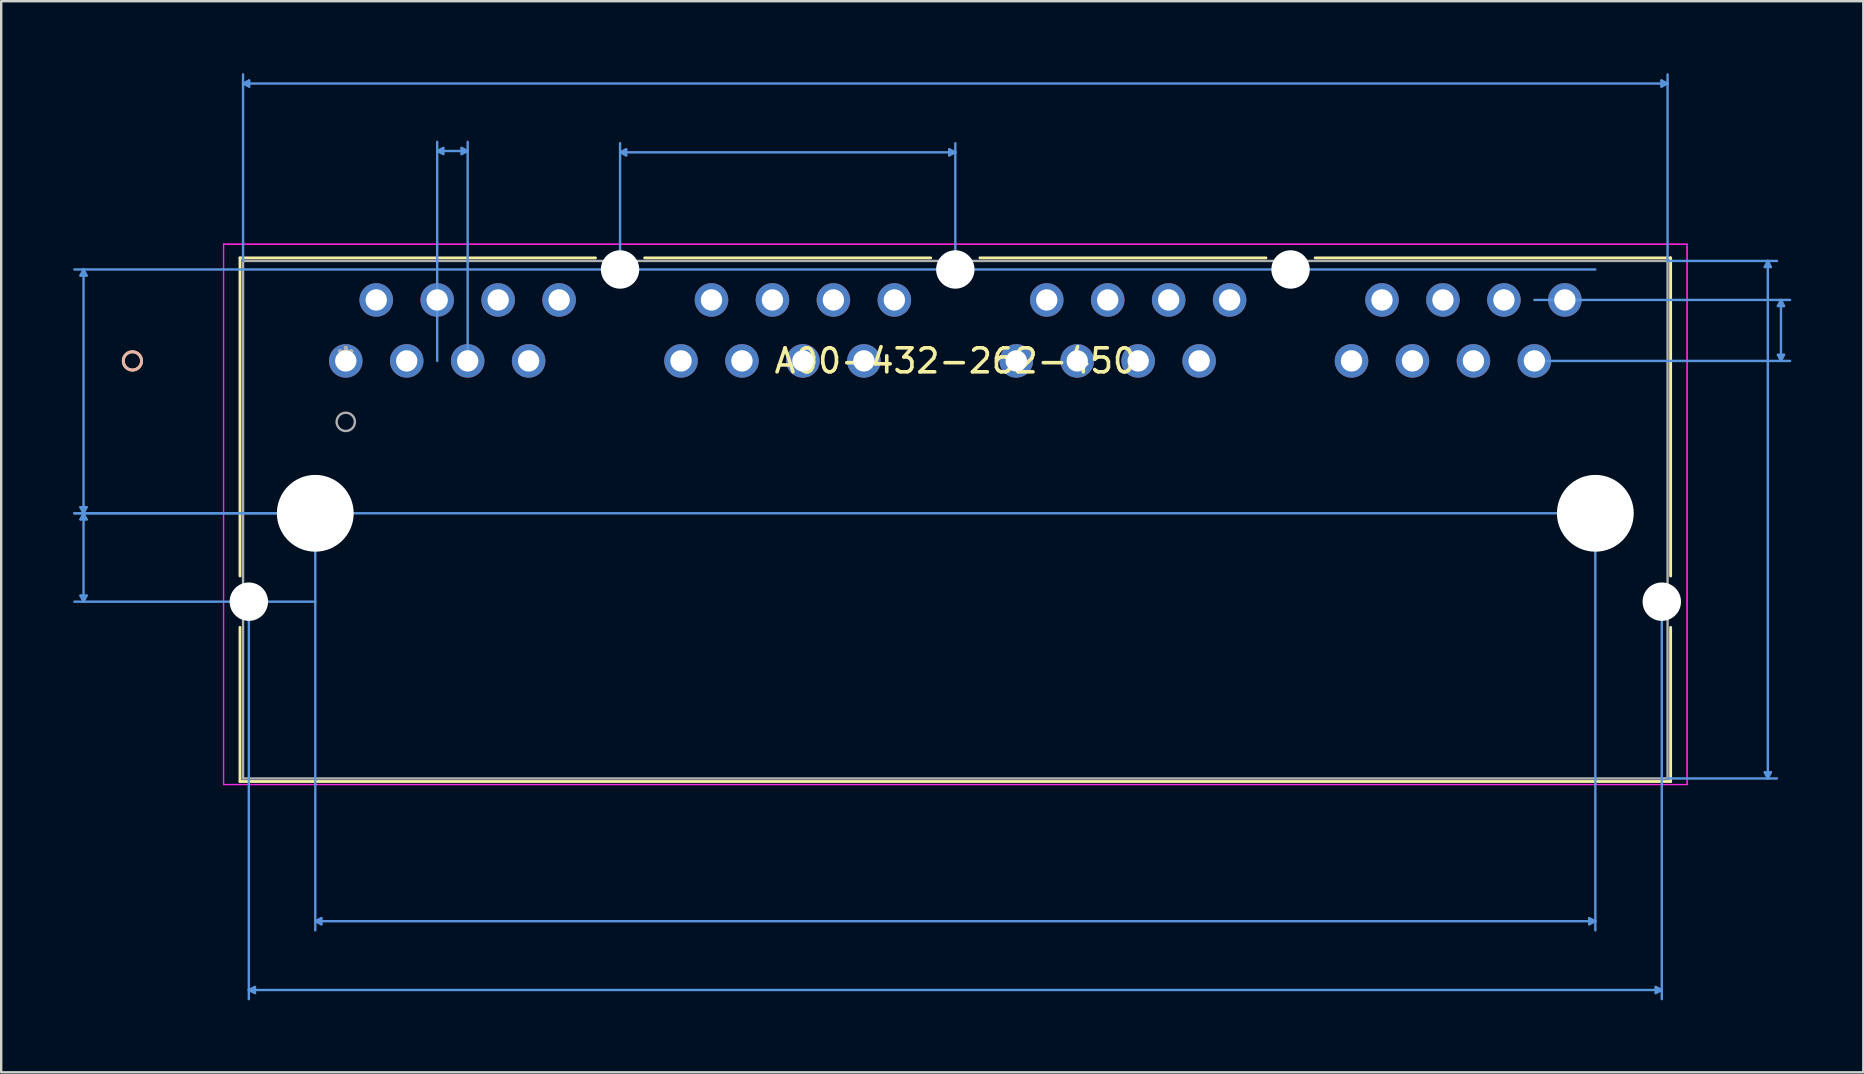
<source format=kicad_pcb>
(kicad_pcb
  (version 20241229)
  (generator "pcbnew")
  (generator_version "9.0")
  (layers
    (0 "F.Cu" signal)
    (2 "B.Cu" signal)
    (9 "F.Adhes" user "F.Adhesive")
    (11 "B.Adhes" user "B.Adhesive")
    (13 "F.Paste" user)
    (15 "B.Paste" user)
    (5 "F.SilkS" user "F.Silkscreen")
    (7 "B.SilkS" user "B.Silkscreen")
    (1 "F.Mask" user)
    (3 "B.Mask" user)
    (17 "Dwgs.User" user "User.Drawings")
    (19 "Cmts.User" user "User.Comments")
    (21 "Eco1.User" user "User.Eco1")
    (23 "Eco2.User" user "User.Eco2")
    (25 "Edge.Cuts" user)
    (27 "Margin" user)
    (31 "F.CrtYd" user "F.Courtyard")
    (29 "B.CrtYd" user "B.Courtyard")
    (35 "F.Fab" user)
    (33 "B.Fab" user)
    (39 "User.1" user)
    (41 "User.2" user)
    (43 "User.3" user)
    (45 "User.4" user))
  (footprint "A00-432-262-450"
    (layer "F.Cu")
    (at 11.358 11.989)
    (property "Reference" "A00-432-262-450" (at 25.4 0 0) (layer "F.SilkS") (effects (font (size 1 1) (thickness 0.15))))
    (attr through_hole)
    (fp_line (start -4.407 -4.293) (end -4.407 8.962) (stroke (width 0.12) (type solid)) (layer "F.SilkS"))
    (fp_line (start -4.407 11.104) (end -4.407 17.526) (stroke (width 0.12) (type solid)) (layer "F.SilkS"))
    (fp_line (start -4.407 17.526) (end 55.207 17.526) (stroke (width 0.12) (type solid)) (layer "F.SilkS"))
    (fp_line (start 10.405 -4.293) (end -4.407 -4.293) (stroke (width 0.12) (type solid)) (layer "F.SilkS"))
    (fp_line (start 24.375 -4.293) (end 12.455 -4.293) (stroke (width 0.12) (type solid)) (layer "F.SilkS"))
    (fp_line (start 38.345 -4.293) (end 26.425 -4.293) (stroke (width 0.12) (type solid)) (layer "F.SilkS"))
    (fp_line (start 55.207 -4.293) (end 40.395 -4.293) (stroke (width 0.12) (type solid)) (layer "F.SilkS"))
    (fp_line (start 55.207 8.962) (end 55.207 -4.293) (stroke (width 0.12) (type solid)) (layer "F.SilkS"))
    (fp_line (start 55.207 17.526) (end 55.207 11.104) (stroke (width 0.12) (type solid)) (layer "F.SilkS"))
    (fp_circle (center -8.89 0) (end -8.509 0) (stroke (width 0.12) (type solid)) (fill no) (layer "F.SilkS"))
    (fp_circle (center -8.89 0) (end -8.509 0) (stroke (width 0.12) (type solid)) (fill no) (layer "B.SilkS"))
    (fp_line (start -11.054 6.096) (end -10.927 6.35) (stroke (width 0.1) (type solid)) (layer "Cmts.User"))
    (fp_line (start -11.054 9.779) (end -10.927 10.033) (stroke (width 0.1) (type solid)) (layer "Cmts.User"))
    (fp_line (start -11.054 -3.556) (end -10.927 -3.81) (stroke (width 0.1) (type solid)) (layer "Cmts.User"))
    (fp_line (start -11.054 -3.556) (end -10.8 -3.556) (stroke (width 0.1) (type solid)) (layer "Cmts.User"))
    (fp_line (start -11.054 6.604) (end -10.927 6.35) (stroke (width 0.1) (type solid)) (layer "Cmts.User"))
    (fp_line (start -11.054 6.604) (end -10.8 6.604) (stroke (width 0.1) (type solid)) (layer "Cmts.User"))
    (fp_line (start -10.927 6.35) (end -10.927 -3.81) (stroke (width 0.1) (type solid)) (layer "Cmts.User"))
    (fp_line (start -10.927 10.033) (end -10.927 6.35) (stroke (width 0.1) (type solid)) (layer "Cmts.User"))
    (fp_line (start -10.8 6.096) (end -11.054 6.096) (stroke (width 0.1) (type solid)) (layer "Cmts.User"))
    (fp_line (start -10.8 6.096) (end -10.927 6.35) (stroke (width 0.1) (type solid)) (layer "Cmts.User"))
    (fp_line (start -10.8 9.779) (end -11.054 9.779) (stroke (width 0.1) (type solid)) (layer "Cmts.User"))
    (fp_line (start -10.8 9.779) (end -10.927 10.033) (stroke (width 0.1) (type solid)) (layer "Cmts.User"))
    (fp_line (start -10.8 -3.556) (end -10.927 -3.81) (stroke (width 0.1) (type solid)) (layer "Cmts.User"))
    (fp_line (start -10.8 6.604) (end -10.927 6.35) (stroke (width 0.1) (type solid)) (layer "Cmts.User"))
    (fp_line (start -4.28 -11.558) (end 55.08 -11.558) (stroke (width 0.1) (type solid)) (layer "Cmts.User"))
    (fp_line (start -4.28 -4.166) (end -4.28 -11.939) (stroke (width 0.1) (type solid)) (layer "Cmts.User"))
    (fp_line (start -4.039 26.215) (end 54.839 26.215) (stroke (width 0.1) (type solid)) (layer "Cmts.User"))
    (fp_line (start -4.039 10.033) (end -4.039 26.596) (stroke (width 0.1) (type solid)) (layer "Cmts.User"))
    (fp_line (start -4.026 -11.431) (end -4.28 -11.558) (stroke (width 0.1) (type solid)) (layer "Cmts.User"))
    (fp_line (start -4.026 -11.431) (end -4.026 -11.685) (stroke (width 0.1) (type solid)) (layer "Cmts.User"))
    (fp_line (start -4.026 -11.685) (end -4.28 -11.558) (stroke (width 0.1) (type solid)) (layer "Cmts.User"))
    (fp_line (start -3.785 26.088) (end -4.039 26.215) (stroke (width 0.1) (type solid)) (layer "Cmts.User"))
    (fp_line (start -3.785 26.342) (end -4.039 26.215) (stroke (width 0.1) (type solid)) (layer "Cmts.User"))
    (fp_line (start -3.785 26.342) (end -3.785 26.088) (stroke (width 0.1) (type solid)) (layer "Cmts.User"))
    (fp_line (start -1.27 23.348) (end 52.07 23.348) (stroke (width 0.1) (type solid)) (layer "Cmts.User"))
    (fp_line (start -1.27 6.35) (end -11.308 6.35) (stroke (width 0.1) (type solid)) (layer "Cmts.User"))
    (fp_line (start -1.27 6.35) (end -1.27 23.729) (stroke (width 0.1) (type solid)) (layer "Cmts.User"))
    (fp_line (start -1.27 10.033) (end -11.308 10.033) (stroke (width 0.1) (type solid)) (layer "Cmts.User"))
    (fp_line (start -1.016 23.221) (end -1.27 23.348) (stroke (width 0.1) (type solid)) (layer "Cmts.User"))
    (fp_line (start -1.016 23.475) (end -1.27 23.348) (stroke (width 0.1) (type solid)) (layer "Cmts.User"))
    (fp_line (start -1.016 23.475) (end -1.016 23.221) (stroke (width 0.1) (type solid)) (layer "Cmts.User"))
    (fp_line (start 3.81 -8.747) (end 5.08 -8.747) (stroke (width 0.1) (type solid)) (layer "Cmts.User"))
    (fp_line (start 3.81 0) (end 3.81 -9.128) (stroke (width 0.1) (type solid)) (layer "Cmts.User"))
    (fp_line (start 4.064 -8.62) (end 3.81 -8.747) (stroke (width 0.1) (type solid)) (layer "Cmts.User"))
    (fp_line (start 4.064 -8.62) (end 4.064 -8.874) (stroke (width 0.1) (type solid)) (layer "Cmts.User"))
    (fp_line (start 4.064 -8.874) (end 3.81 -8.747) (stroke (width 0.1) (type solid)) (layer "Cmts.User"))
    (fp_line (start 4.826 -8.874) (end 4.826 -8.62) (stroke (width 0.1) (type solid)) (layer "Cmts.User"))
    (fp_line (start 4.826 -8.874) (end 5.08 -8.747) (stroke (width 0.1) (type solid)) (layer "Cmts.User"))
    (fp_line (start 4.826 -8.62) (end 5.08 -8.747) (stroke (width 0.1) (type solid)) (layer "Cmts.User"))
    (fp_line (start 5.08 0) (end 5.08 -9.128) (stroke (width 0.1) (type solid)) (layer "Cmts.User"))
    (fp_line (start 11.43 -8.691) (end 25.4 -8.691) (stroke (width 0.1) (type solid)) (layer "Cmts.User"))
    (fp_line (start 11.43 -3.81) (end 11.43 -9.072) (stroke (width 0.1) (type solid)) (layer "Cmts.User"))
    (fp_line (start 11.684 -8.564) (end 11.43 -8.691) (stroke (width 0.1) (type solid)) (layer "Cmts.User"))
    (fp_line (start 11.684 -8.564) (end 11.684 -8.818) (stroke (width 0.1) (type solid)) (layer "Cmts.User"))
    (fp_line (start 11.684 -8.818) (end 11.43 -8.691) (stroke (width 0.1) (type solid)) (layer "Cmts.User"))
    (fp_line (start 25.146 -8.564) (end 25.4 -8.691) (stroke (width 0.1) (type solid)) (layer "Cmts.User"))
    (fp_line (start 25.146 -8.818) (end 25.146 -8.564) (stroke (width 0.1) (type solid)) (layer "Cmts.User"))
    (fp_line (start 25.146 -8.818) (end 25.4 -8.691) (stroke (width 0.1) (type solid)) (layer "Cmts.User"))
    (fp_line (start 25.4 -3.81) (end 25.4 -9.072) (stroke (width 0.1) (type solid)) (layer "Cmts.User"))
    (fp_line (start 49.53 -2.54) (end 60.186 -2.54) (stroke (width 0.1) (type solid)) (layer "Cmts.User"))
    (fp_line (start 49.53 0) (end 60.186 0) (stroke (width 0.1) (type solid)) (layer "Cmts.User"))
    (fp_line (start 51.816 23.221) (end 51.816 23.475) (stroke (width 0.1) (type solid)) (layer "Cmts.User"))
    (fp_line (start 51.816 23.221) (end 52.07 23.348) (stroke (width 0.1) (type solid)) (layer "Cmts.User"))
    (fp_line (start 51.816 23.475) (end 52.07 23.348) (stroke (width 0.1) (type solid)) (layer "Cmts.User"))
    (fp_line (start 52.07 -3.81) (end -11.308 -3.81) (stroke (width 0.1) (type solid)) (layer "Cmts.User"))
    (fp_line (start 52.07 6.35) (end -11.308 6.35) (stroke (width 0.1) (type solid)) (layer "Cmts.User"))
    (fp_line (start 52.07 6.35) (end 52.07 23.729) (stroke (width 0.1) (type solid)) (layer "Cmts.User"))
    (fp_line (start 54.585 26.088) (end 54.585 26.342) (stroke (width 0.1) (type solid)) (layer "Cmts.User"))
    (fp_line (start 54.585 26.088) (end 54.839 26.215) (stroke (width 0.1) (type solid)) (layer "Cmts.User"))
    (fp_line (start 54.585 26.342) (end 54.839 26.215) (stroke (width 0.1) (type solid)) (layer "Cmts.User"))
    (fp_line (start 54.826 -11.685) (end 54.826 -11.431) (stroke (width 0.1) (type solid)) (layer "Cmts.User"))
    (fp_line (start 54.826 -11.685) (end 55.08 -11.558) (stroke (width 0.1) (type solid)) (layer "Cmts.User"))
    (fp_line (start 54.826 -11.431) (end 55.08 -11.558) (stroke (width 0.1) (type solid)) (layer "Cmts.User"))
    (fp_line (start 54.839 10.033) (end 54.839 26.596) (stroke (width 0.1) (type solid)) (layer "Cmts.User"))
    (fp_line (start 55.08 -4.166) (end 55.08 -11.939) (stroke (width 0.1) (type solid)) (layer "Cmts.User"))
    (fp_line (start 55.08 -4.166) (end 59.638 -4.166) (stroke (width 0.1) (type solid)) (layer "Cmts.User"))
    (fp_line (start 55.08 17.399) (end 59.638 17.399) (stroke (width 0.1) (type solid)) (layer "Cmts.User"))
    (fp_line (start 59.13 17.145) (end 59.257 17.399) (stroke (width 0.1) (type solid)) (layer "Cmts.User"))
    (fp_line (start 59.13 -3.912) (end 59.257 -4.166) (stroke (width 0.1) (type solid)) (layer "Cmts.User"))
    (fp_line (start 59.13 -3.912) (end 59.384 -3.912) (stroke (width 0.1) (type solid)) (layer "Cmts.User"))
    (fp_line (start 59.257 17.399) (end 59.257 -4.166) (stroke (width 0.1) (type solid)) (layer "Cmts.User"))
    (fp_line (start 59.384 17.145) (end 59.13 17.145) (stroke (width 0.1) (type solid)) (layer "Cmts.User"))
    (fp_line (start 59.384 17.145) (end 59.257 17.399) (stroke (width 0.1) (type solid)) (layer "Cmts.User"))
    (fp_line (start 59.384 -3.912) (end 59.257 -4.166) (stroke (width 0.1) (type solid)) (layer "Cmts.User"))
    (fp_line (start 59.678 -0.254) (end 59.805 0) (stroke (width 0.1) (type solid)) (layer "Cmts.User"))
    (fp_line (start 59.678 -2.286) (end 59.805 -2.54) (stroke (width 0.1) (type solid)) (layer "Cmts.User"))
    (fp_line (start 59.678 -2.286) (end 59.932 -2.286) (stroke (width 0.1) (type solid)) (layer "Cmts.User"))
    (fp_line (start 59.805 -2.54) (end 59.805 0) (stroke (width 0.1) (type solid)) (layer "Cmts.User"))
    (fp_line (start 59.932 -0.254) (end 59.678 -0.254) (stroke (width 0.1) (type solid)) (layer "Cmts.User"))
    (fp_line (start 59.932 -0.254) (end 59.805 0) (stroke (width 0.1) (type solid)) (layer "Cmts.User"))
    (fp_line (start 59.932 -2.286) (end 59.805 -2.54) (stroke (width 0.1) (type solid)) (layer "Cmts.User"))
    (fp_line (start -5.093 -4.864) (end -5.093 17.653) (stroke (width 0.05) (type solid)) (layer "F.CrtYd"))
    (fp_line (start -5.093 -4.864) (end -5.093 17.653) (stroke (width 0.05) (type solid)) (layer "F.CrtYd"))
    (fp_line (start -5.093 17.653) (end 55.893 17.653) (stroke (width 0.05) (type solid)) (layer "F.CrtYd"))
    (fp_line (start -5.093 17.653) (end 55.893 17.653) (stroke (width 0.05) (type solid)) (layer "F.CrtYd"))
    (fp_line (start 55.893 -4.864) (end -5.093 -4.864) (stroke (width 0.05) (type solid)) (layer "F.CrtYd"))
    (fp_line (start 55.893 -4.864) (end -5.093 -4.864) (stroke (width 0.05) (type solid)) (layer "F.CrtYd"))
    (fp_line (start 55.893 17.653) (end 55.893 -4.864) (stroke (width 0.05) (type solid)) (layer "F.CrtYd"))
    (fp_line (start 55.893 17.653) (end 55.893 -4.864) (stroke (width 0.05) (type solid)) (layer "F.CrtYd"))
    (fp_line (start -4.28 -4.166) (end -4.28 17.399) (stroke (width 0.1) (type solid)) (layer "F.Fab"))
    (fp_line (start -4.28 17.399) (end 55.08 17.399) (stroke (width 0.1) (type solid)) (layer "F.Fab"))
    (fp_line (start 55.08 -4.166) (end -4.28 -4.166) (stroke (width 0.1) (type solid)) (layer "F.Fab"))
    (fp_line (start 55.08 17.399) (end 55.08 -4.166) (stroke (width 0.1) (type solid)) (layer "F.Fab"))
    (fp_circle (center 0 2.54) (end 0.381 2.54) (stroke (width 0.1) (type solid)) (fill no) (layer "F.Fab"))
    (fp_text user "*" (at 0 0 0) (layer "F.SilkS") (effects (font (size 1 1) (thickness 0.15))))
    (fp_text user "Copyright 2021 Accelerated Designs. All rights reserved." (at 0 0 0) (layer "Cmts.User") (effects (font (size 0.127 0.127) (thickness 0.002))))
    (fp_text user "*" (at 0 0 0) (layer "F.Fab") (effects (font (size 1 1) (thickness 0.15))))
    (pad "" np_thru_hole circle (at -4.039 10.033 90) (size 1.6 1.6) (drill 1.6) (layers "*.Cu" "*.Mask"))
    (pad "" np_thru_hole circle (at -1.27 6.35 90) (size 3.2 3.2) (drill 3.2) (layers "*.Cu" "*.Mask"))
    (pad "" np_thru_hole circle (at 11.43 -3.81 90) (size 1.6 1.6) (drill 1.6) (layers "*.Cu" "*.Mask"))
    (pad "" np_thru_hole circle (at 25.4 -3.81 90) (size 1.6 1.6) (drill 1.6) (layers "*.Cu" "*.Mask"))
    (pad "" np_thru_hole circle (at 39.37 -3.81 90) (size 1.6 1.6) (drill 1.6) (layers "*.Cu" "*.Mask"))
    (pad "" np_thru_hole circle (at 52.07 6.35 90) (size 3.2 3.2) (drill 3.2) (layers "*.Cu" "*.Mask"))
    (pad "" np_thru_hole circle (at 54.839 10.033 90) (size 1.6 1.6) (drill 1.6) (layers "*.Cu" "*.Mask"))
    (pad "A1" thru_hole circle (at 0 0) (size 1.397 1.397) (drill 0.889) (layers "*.Cu" "*.Mask"))
    (pad "A2" thru_hole circle (at 1.27 -2.54) (size 1.397 1.397) (drill 0.889) (layers "*.Cu" "*.Mask"))
    (pad "A3" thru_hole circle (at 2.54 0) (size 1.397 1.397) (drill 0.889) (layers "*.Cu" "*.Mask"))
    (pad "A4" thru_hole circle (at 3.81 -2.54) (size 1.397 1.397) (drill 0.889) (layers "*.Cu" "*.Mask"))
    (pad "A5" thru_hole circle (at 5.08 0) (size 1.397 1.397) (drill 0.889) (layers "*.Cu" "*.Mask"))
    (pad "A6" thru_hole circle (at 6.35 -2.54) (size 1.397 1.397) (drill 0.889) (layers "*.Cu" "*.Mask"))
    (pad "A7" thru_hole circle (at 7.62 0) (size 1.397 1.397) (drill 0.889) (layers "*.Cu" "*.Mask"))
    (pad "A8" thru_hole circle (at 8.89 -2.54) (size 1.397 1.397) (drill 0.889) (layers "*.Cu" "*.Mask"))
    (pad "B1" thru_hole circle (at 13.97 0) (size 1.397 1.397) (drill 0.889) (layers "*.Cu" "*.Mask"))
    (pad "B2" thru_hole circle (at 15.24 -2.54) (size 1.397 1.397) (drill 0.889) (layers "*.Cu" "*.Mask"))
    (pad "B3" thru_hole circle (at 16.51 0) (size 1.397 1.397) (drill 0.889) (layers "*.Cu" "*.Mask"))
    (pad "B4" thru_hole circle (at 17.78 -2.54) (size 1.397 1.397) (drill 0.889) (layers "*.Cu" "*.Mask"))
    (pad "B5" thru_hole circle (at 19.05 0) (size 1.397 1.397) (drill 0.889) (layers "*.Cu" "*.Mask"))
    (pad "B6" thru_hole circle (at 20.32 -2.54) (size 1.397 1.397) (drill 0.889) (layers "*.Cu" "*.Mask"))
    (pad "B7" thru_hole circle (at 21.59 0) (size 1.397 1.397) (drill 0.889) (layers "*.Cu" "*.Mask"))
    (pad "B8" thru_hole circle (at 22.86 -2.54) (size 1.397 1.397) (drill 0.889) (layers "*.Cu" "*.Mask"))
    (pad "C1" thru_hole circle (at 27.94 0) (size 1.397 1.397) (drill 0.889) (layers "*.Cu" "*.Mask"))
    (pad "C2" thru_hole circle (at 29.21 -2.54) (size 1.397 1.397) (drill 0.889) (layers "*.Cu" "*.Mask"))
    (pad "C3" thru_hole circle (at 30.48 0) (size 1.397 1.397) (drill 0.889) (layers "*.Cu" "*.Mask"))
    (pad "C4" thru_hole circle (at 31.75 -2.54) (size 1.397 1.397) (drill 0.889) (layers "*.Cu" "*.Mask"))
    (pad "C5" thru_hole circle (at 33.02 0) (size 1.397 1.397) (drill 0.889) (layers "*.Cu" "*.Mask"))
    (pad "C6" thru_hole circle (at 34.29 -2.54) (size 1.397 1.397) (drill 0.889) (layers "*.Cu" "*.Mask"))
    (pad "C7" thru_hole circle (at 35.56 0) (size 1.397 1.397) (drill 0.889) (layers "*.Cu" "*.Mask"))
    (pad "C8" thru_hole circle (at 36.83 -2.54) (size 1.397 1.397) (drill 0.889) (layers "*.Cu" "*.Mask"))
    (pad "D1" thru_hole circle (at 41.91 0) (size 1.397 1.397) (drill 0.889) (layers "*.Cu" "*.Mask"))
    (pad "D2" thru_hole circle (at 43.18 -2.54) (size 1.397 1.397) (drill 0.889) (layers "*.Cu" "*.Mask"))
    (pad "D3" thru_hole circle (at 44.45 0) (size 1.397 1.397) (drill 0.889) (layers "*.Cu" "*.Mask"))
    (pad "D4" thru_hole circle (at 45.72 -2.54) (size 1.397 1.397) (drill 0.889) (layers "*.Cu" "*.Mask"))
    (pad "D5" thru_hole circle (at 46.99 0) (size 1.397 1.397) (drill 0.889) (layers "*.Cu" "*.Mask"))
    (pad "D6" thru_hole circle (at 48.26 -2.54) (size 1.397 1.397) (drill 0.889) (layers "*.Cu" "*.Mask"))
    (pad "D7" thru_hole circle (at 49.53 0) (size 1.397 1.397) (drill 0.889) (layers "*.Cu" "*.Mask"))
    (pad "D8" thru_hole circle (at 50.8 -2.54) (size 1.397 1.397) (drill 0.889) (layers "*.Cu" "*.Mask")))
  (gr_rect
    (start -3 -3)
    (end 74.594 41.635)
    (stroke (width 0.1) (type default))
    (fill no)
    (layer "Edge.Cuts")))
</source>
